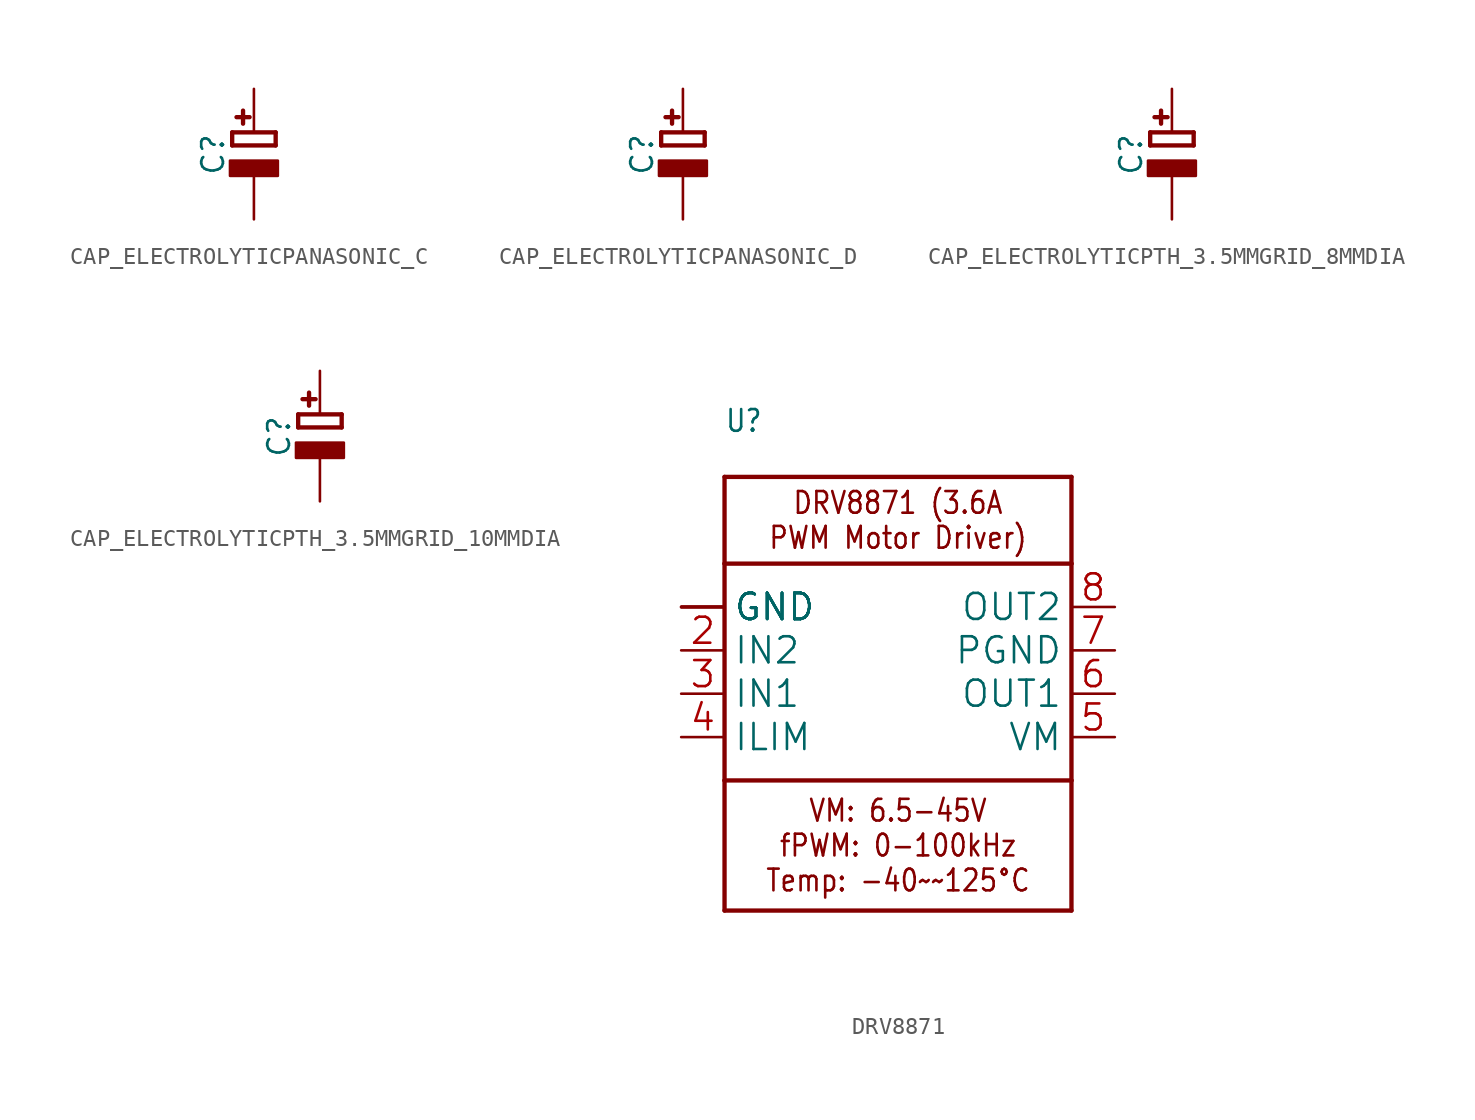
<source format=kicad_sym>
(kicad_symbol_lib
  (version 20241209)
  (generator "kicad_symbol_editor")
  (generator_version "9.0")
  (symbol "CAP_ELECTROLYTICPANASONIC_C"
    (property "Reference" "C"
      (at -2.39 1.25 90)
      (effects (font (size 1.27 1.27))))
    (property "Value" ""
      (at 2.5 1.25 90)
      (effects (font (size 1.27 1.27))))
    (property "ki_locked" ""
      (at 0 0 0)
      (effects (font (size 1.27 1.27))))
    (symbol "CAP_ELECTROLYTICPANASONIC_C_1_0"
      (rectangle (start -1.397 0) (end 1.397 0.889) (stroke (width 0) (type default)) (fill (type outline)))
      (polyline (pts (xy -1.27 2.54) (xy 1.27 2.54)) (stroke (width 0.254) (type solid)) (fill (type none)))
      (polyline (pts (xy -1.27 1.778) (xy -1.27 2.54)) (stroke (width 0.254) (type solid)) (fill (type none)))
      (polyline (pts (xy -1.016 3.429) (xy -0.254 3.429)) (stroke (width 0.254) (type solid)) (fill (type none)))
      (polyline (pts (xy -0.635 3.81) (xy -0.635 3.048)) (stroke (width 0.254) (type solid)) (fill (type none)))
      (polyline (pts (xy 1.27 2.54) (xy 1.27 1.778)) (stroke (width 0.254) (type solid)) (fill (type none)))
      (polyline (pts (xy 1.27 1.778) (xy -1.27 1.778)) (stroke (width 0.254) (type solid)) (fill (type none)))
      (pin passive line (at 0 5.08 270) (length 2.54) (name "+" (effects (font (size 0 0)))) (number "+" (effects (font (size 0 0)))))
      (pin passive line (at 0 -2.54 90) (length 2.54) (name "-" (effects (font (size 0 0)))) (number "-" (effects (font (size 0 0)))))))
  (symbol "CAP_ELECTROLYTICPANASONIC_D"
    (property "Reference" "C"
      (at -2.39 1.25 90)
      (effects (font (size 1.27 1.27))))
    (property "Value" ""
      (at 2.5 1.25 90)
      (effects (font (size 1.27 1.27))))
    (property "ki_locked" ""
      (at 0 0 0)
      (effects (font (size 1.27 1.27))))
    (symbol "CAP_ELECTROLYTICPANASONIC_D_1_0"
      (rectangle (start -1.397 0) (end 1.397 0.889) (stroke (width 0) (type default)) (fill (type outline)))
      (polyline (pts (xy -1.27 2.54) (xy 1.27 2.54)) (stroke (width 0.254) (type solid)) (fill (type none)))
      (polyline (pts (xy -1.27 1.778) (xy -1.27 2.54)) (stroke (width 0.254) (type solid)) (fill (type none)))
      (polyline (pts (xy -1.016 3.429) (xy -0.254 3.429)) (stroke (width 0.254) (type solid)) (fill (type none)))
      (polyline (pts (xy -0.635 3.81) (xy -0.635 3.048)) (stroke (width 0.254) (type solid)) (fill (type none)))
      (polyline (pts (xy 1.27 2.54) (xy 1.27 1.778)) (stroke (width 0.254) (type solid)) (fill (type none)))
      (polyline (pts (xy 1.27 1.778) (xy -1.27 1.778)) (stroke (width 0.254) (type solid)) (fill (type none)))
      (pin passive line (at 0 5.08 270) (length 2.54) (name "+" (effects (font (size 0 0)))) (number "+" (effects (font (size 0 0)))))
      (pin passive line (at 0 -2.54 90) (length 2.54) (name "-" (effects (font (size 0 0)))) (number "-" (effects (font (size 0 0)))))))
  (symbol "CAP_ELECTROLYTICPTH_3.5MMGRID_8MMDIA"
    (property "Reference" "C"
      (at -2.39 1.25 90)
      (effects (font (size 1.27 1.27))))
    (property "Value" ""
      (at 2.5 1.25 90)
      (effects (font (size 1.27 1.27))))
    (property "ki_locked" ""
      (at 0 0 0)
      (effects (font (size 1.27 1.27))))
    (symbol "CAP_ELECTROLYTICPTH_3.5MMGRID_8MMDIA_1_0"
      (rectangle (start -1.397 0) (end 1.397 0.889) (stroke (width 0) (type default)) (fill (type outline)))
      (polyline (pts (xy -1.27 2.54) (xy 1.27 2.54)) (stroke (width 0.254) (type solid)) (fill (type none)))
      (polyline (pts (xy -1.27 1.778) (xy -1.27 2.54)) (stroke (width 0.254) (type solid)) (fill (type none)))
      (polyline (pts (xy -1.016 3.429) (xy -0.254 3.429)) (stroke (width 0.254) (type solid)) (fill (type none)))
      (polyline (pts (xy -0.635 3.81) (xy -0.635 3.048)) (stroke (width 0.254) (type solid)) (fill (type none)))
      (polyline (pts (xy 1.27 2.54) (xy 1.27 1.778)) (stroke (width 0.254) (type solid)) (fill (type none)))
      (polyline (pts (xy 1.27 1.778) (xy -1.27 1.778)) (stroke (width 0.254) (type solid)) (fill (type none)))
      (pin passive line (at 0 5.08 270) (length 2.54) (name "+" (effects (font (size 0 0)))) (number "+" (effects (font (size 0 0)))))
      (pin passive line (at 0 -2.54 90) (length 2.54) (name "-" (effects (font (size 0 0)))) (number "-" (effects (font (size 0 0)))))))
  (symbol "CAP_ELECTROLYTICPTH_3.5MMGRID_10MMDIA"
    (property "Reference" "C"
      (at -2.39 1.25 90)
      (effects (font (size 1.27 1.27))))
    (property "Value" ""
      (at 2.5 1.25 90)
      (effects (font (size 1.27 1.27))))
    (property "ki_locked" ""
      (at 0 0 0)
      (effects (font (size 1.27 1.27))))
    (symbol "CAP_ELECTROLYTICPTH_3.5MMGRID_10MMDIA_1_0"
      (rectangle (start -1.397 0) (end 1.397 0.889) (stroke (width 0) (type default)) (fill (type outline)))
      (polyline (pts (xy -1.27 2.54) (xy 1.27 2.54)) (stroke (width 0.254) (type solid)) (fill (type none)))
      (polyline (pts (xy -1.27 1.778) (xy -1.27 2.54)) (stroke (width 0.254) (type solid)) (fill (type none)))
      (polyline (pts (xy -1.016 3.429) (xy -0.254 3.429)) (stroke (width 0.254) (type solid)) (fill (type none)))
      (polyline (pts (xy -0.635 3.81) (xy -0.635 3.048)) (stroke (width 0.254) (type solid)) (fill (type none)))
      (polyline (pts (xy 1.27 2.54) (xy 1.27 1.778)) (stroke (width 0.254) (type solid)) (fill (type none)))
      (polyline (pts (xy 1.27 1.778) (xy -1.27 1.778)) (stroke (width 0.254) (type solid)) (fill (type none)))
      (pin passive line (at 0 5.08 270) (length 2.54) (name "+" (effects (font (size 0 0)))) (number "+" (effects (font (size 0 0)))))
      (pin passive line (at 0 -2.54 90) (length 2.54) (name "-" (effects (font (size 0 0)))) (number "-" (effects (font (size 0 0)))))))
  (symbol "DRV8871"
    (property "Reference" "U"
      (at -10.16 15.24 0)
      (effects (font (size 1.27 1.079)) (justify left bottom)))
    (property "Value" ""
      (at -10.16 -15.24 0)
      (effects (font (size 1.27 1.079)) (justify left bottom)))
    (property "ki_locked" ""
      (at 0 0 0)
      (effects (font (size 1.27 1.27))))
    (symbol "DRV8871_1_0"
      (polyline (pts (xy -10.16 12.7) (xy 10.16 12.7)) (stroke (width 0.254) (type solid)) (fill (type none)))
      (polyline (pts (xy -10.16 7.62) (xy -10.16 12.7)) (stroke (width 0.254) (type solid)) (fill (type none)))
      (polyline (pts (xy -10.16 7.62) (xy 10.16 7.62)) (stroke (width 0.254) (type solid)) (fill (type none)))
      (polyline (pts (xy -10.16 -5.08) (xy -10.16 7.62)) (stroke (width 0.254) (type solid)) (fill (type none)))
      (polyline (pts (xy -10.16 -5.08) (xy -10.16 -12.7)) (stroke (width 0.254) (type solid)) (fill (type none)))
      (polyline (pts (xy -10.16 -12.7) (xy 10.16 -12.7)) (stroke (width 0.254) (type solid)) (fill (type none)))
      (polyline (pts (xy 10.16 12.7) (xy 10.16 7.62)) (stroke (width 0.254) (type solid)) (fill (type none)))
      (polyline (pts (xy 10.16 7.62) (xy 10.16 -5.08)) (stroke (width 0.254) (type solid)) (fill (type none)))
      (polyline (pts (xy 10.16 -5.08) (xy -10.16 -5.08)) (stroke (width 0.254) (type solid)) (fill (type none)))
      (polyline (pts (xy 10.16 -12.7) (xy 10.16 -5.08)) (stroke (width 0.254) (type solid)) (fill (type none)))
      (text "DRV8871 (3.6A\nPWM Motor Driver)" (at 0 10.16 0) (effects (font (size 1.27 1.079))))
      (text "VM: 6.5-45V\nfPWM: 0-100kHz\nTemp: -40~~125°C" (at 0 -8.89 0) (effects (font (size 1.27 1.079))))
      (pin power_in line (at -12.7 5.08 0) (length 2.54) (name "GND" (effects (font (size 1.524 1.524)))) (number "1" (effects (font (size 0 0)))))
      (pin power_in line (at -12.7 5.08 0) (length 2.54) (name "GND" (effects (font (size 1.524 1.524)))) (number "GND" (effects (font (size 0 0)))))
      (pin power_in line (at -12.7 5.08 0) (length 2.54) (name "GND" (effects (font (size 1.524 1.524)))) (number "P$1" (effects (font (size 0 0)))))
      (pin power_in line (at -12.7 5.08 0) (length 2.54) (name "GND" (effects (font (size 1.524 1.524)))) (number "P$2" (effects (font (size 0 0)))))
      (pin power_in line (at -12.7 5.08 0) (length 2.54) (name "GND" (effects (font (size 1.524 1.524)))) (number "P$3" (effects (font (size 0 0)))))
      (pin power_in line (at -12.7 5.08 0) (length 2.54) (name "GND" (effects (font (size 1.524 1.524)))) (number "P$4" (effects (font (size 0 0)))))
      (pin input line (at -12.7 2.54 0) (length 2.54) (name "IN2" (effects (font (size 1.524 1.524)))) (number "2" (effects (font (size 1.524 1.524)))))
      (pin input line (at -12.7 0 0) (length 2.54) (name "IN1" (effects (font (size 1.524 1.524)))) (number "3" (effects (font (size 1.524 1.524)))))
      (pin input line (at -12.7 -2.54 0) (length 2.54) (name "ILIM" (effects (font (size 1.524 1.524)))) (number "4" (effects (font (size 1.524 1.524)))))
      (pin output line (at 12.7 5.08 180) (length 2.54) (name "OUT2" (effects (font (size 1.524 1.524)))) (number "8" (effects (font (size 1.524 1.524)))))
      (pin power_in line (at 12.7 2.54 180) (length 2.54) (name "PGND" (effects (font (size 1.524 1.524)))) (number "7" (effects (font (size 1.524 1.524)))))
      (pin output line (at 12.7 0 180) (length 2.54) (name "OUT1" (effects (font (size 1.524 1.524)))) (number "6" (effects (font (size 1.524 1.524)))))
      (pin power_in line (at 12.7 -2.54 180) (length 2.54) (name "VM" (effects (font (size 1.524 1.524)))) (number "5" (effects (font (size 1.524 1.524))))))))
</source>
